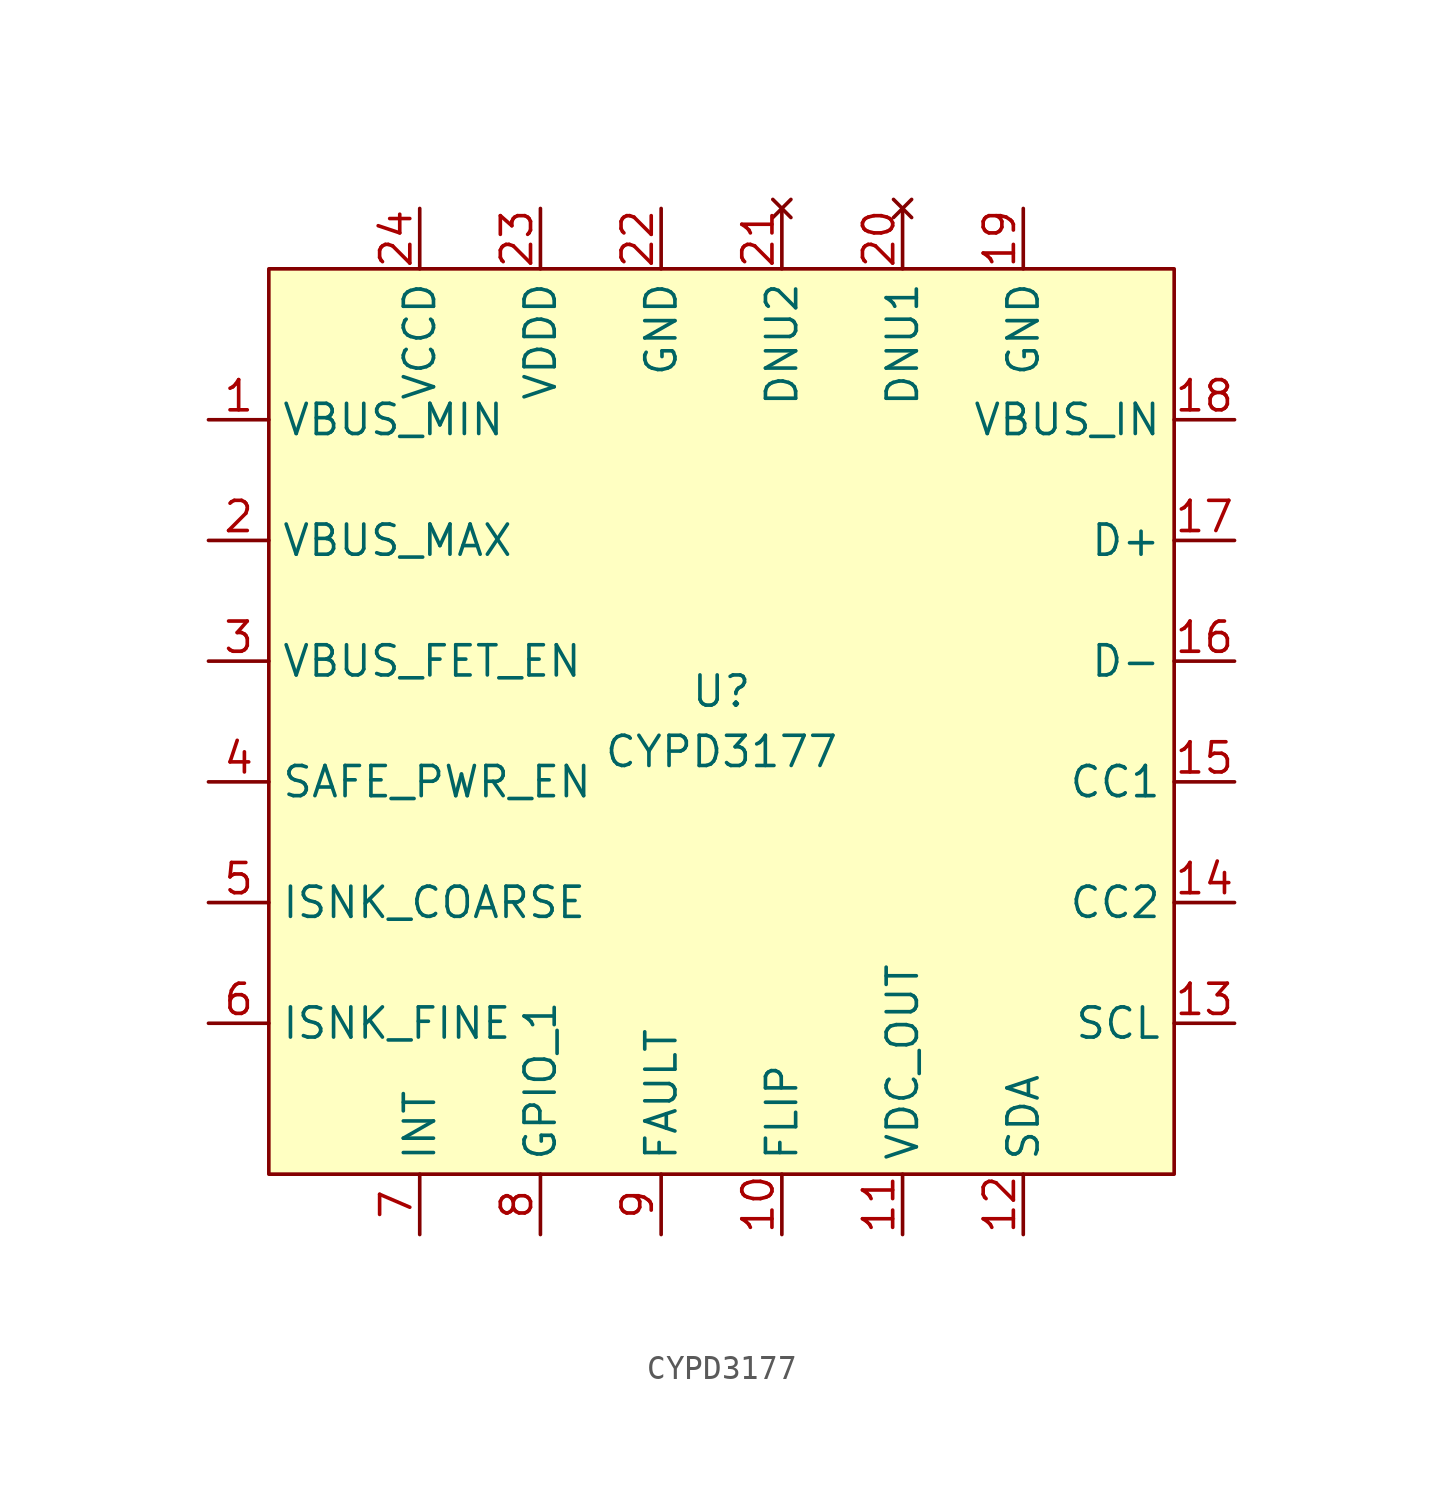
<source format=kicad_sym>
(kicad_symbol_lib
  (version 20211014)
  (generator kicad_symbol_editor)
  (symbol "CYPD3177"
    (property "Reference" "U"
      (at 0 1.27 0)
      (effects (font (size 1.27 1.27))))
    (property "Value" "CYPD3177"
      (at 0 -1.27 0)
      (effects (font (size 1.27 1.27))))
    (symbol "CYPD3177_0_1"
      (rectangle (start -19.05 19.05) (end 19.05 -19.05) (stroke (width 0) (type default) (color 0 0 0 0)) (fill (type background))))
    (symbol "CYPD3177_1_1"
      (pin input line (at -21.59 12.7 0) (length 2.54) (name "VBUS_MIN" (effects (font (size 1.27 1.27)))) (number "1" (effects (font (size 1.27 1.27)))))
      (pin output line (at 2.54 -21.59 90) (length 2.54) (name "FLIP" (effects (font (size 1.27 1.27)))) (number "10" (effects (font (size 1.27 1.27)))))
      (pin power_out line (at 7.62 -21.59 90) (length 2.54) (name "VDC_OUT" (effects (font (size 1.27 1.27)))) (number "11" (effects (font (size 1.27 1.27)))))
      (pin bidirectional line (at 12.7 -21.59 90) (length 2.54) (name "SDA" (effects (font (size 1.27 1.27)))) (number "12" (effects (font (size 1.27 1.27)))))
      (pin input line (at 21.59 -12.7 180) (length 2.54) (name "SCL" (effects (font (size 1.27 1.27)))) (number "13" (effects (font (size 1.27 1.27)))))
      (pin bidirectional line (at 21.59 -7.62 180) (length 2.54) (name "CC2" (effects (font (size 1.27 1.27)))) (number "14" (effects (font (size 1.27 1.27)))))
      (pin bidirectional line (at 21.59 -2.54 180) (length 2.54) (name "CC1" (effects (font (size 1.27 1.27)))) (number "15" (effects (font (size 1.27 1.27)))))
      (pin input line (at 21.59 2.54 180) (length 2.54) (name "D-" (effects (font (size 1.27 1.27)))) (number "16" (effects (font (size 1.27 1.27)))))
      (pin input line (at 21.59 7.62 180) (length 2.54) (name "D+" (effects (font (size 1.27 1.27)))) (number "17" (effects (font (size 1.27 1.27)))))
      (pin power_in line (at 21.59 12.7 180) (length 2.54) (name "VBUS_IN" (effects (font (size 1.27 1.27)))) (number "18" (effects (font (size 1.27 1.27)))))
      (pin power_in line (at 12.7 21.59 270) (length 2.54) (name "GND" (effects (font (size 1.27 1.27)))) (number "19" (effects (font (size 1.27 1.27)))))
      (pin input line (at -21.59 7.62 0) (length 2.54) (name "VBUS_MAX" (effects (font (size 1.27 1.27)))) (number "2" (effects (font (size 1.27 1.27)))))
      (pin no_connect line (at 7.62 21.59 270) (length 2.54) (name "DNU1" (effects (font (size 1.27 1.27)))) (number "20" (effects (font (size 1.27 1.27)))))
      (pin no_connect line (at 2.54 21.59 270) (length 2.54) (name "DNU2" (effects (font (size 1.27 1.27)))) (number "21" (effects (font (size 1.27 1.27)))))
      (pin power_in line (at -2.54 21.59 270) (length 2.54) (name "GND" (effects (font (size 1.27 1.27)))) (number "22" (effects (font (size 1.27 1.27)))))
      (pin power_out line (at -7.62 21.59 270) (length 2.54) (name "VDDD" (effects (font (size 1.27 1.27)))) (number "23" (effects (font (size 1.27 1.27)))))
      (pin power_out line (at -12.7 21.59 270) (length 2.54) (name "VCCD" (effects (font (size 1.27 1.27)))) (number "24" (effects (font (size 1.27 1.27)))))
      (pin power_in line (at -2.54 21.59 270) (length 2.54) hide (name "GND" (effects (font (size 1.27 1.27)))) (number "25" (effects (font (size 1.27 1.27)))))
      (pin output line (at -21.59 2.54 0) (length 2.54) (name "VBUS_FET_EN" (effects (font (size 1.27 1.27)))) (number "3" (effects (font (size 1.27 1.27)))))
      (pin output line (at -21.59 -2.54 0) (length 2.54) (name "SAFE_PWR_EN" (effects (font (size 1.27 1.27)))) (number "4" (effects (font (size 1.27 1.27)))))
      (pin input line (at -21.59 -7.62 0) (length 2.54) (name "ISNK_COARSE" (effects (font (size 1.27 1.27)))) (number "5" (effects (font (size 1.27 1.27)))))
      (pin input line (at -21.59 -12.7 0) (length 2.54) (name "ISNK_FINE" (effects (font (size 1.27 1.27)))) (number "6" (effects (font (size 1.27 1.27)))))
      (pin input line (at -12.7 -21.59 90) (length 2.54) (name "INT" (effects (font (size 1.27 1.27)))) (number "7" (effects (font (size 1.27 1.27)))))
      (pin bidirectional line (at -7.62 -21.59 90) (length 2.54) (name "GPIO_1" (effects (font (size 1.27 1.27)))) (number "8" (effects (font (size 1.27 1.27)))))
      (pin output line (at -2.54 -21.59 90) (length 2.54) (name "FAULT" (effects (font (size 1.27 1.27)))) (number "9" (effects (font (size 1.27 1.27))))))))
</source>
